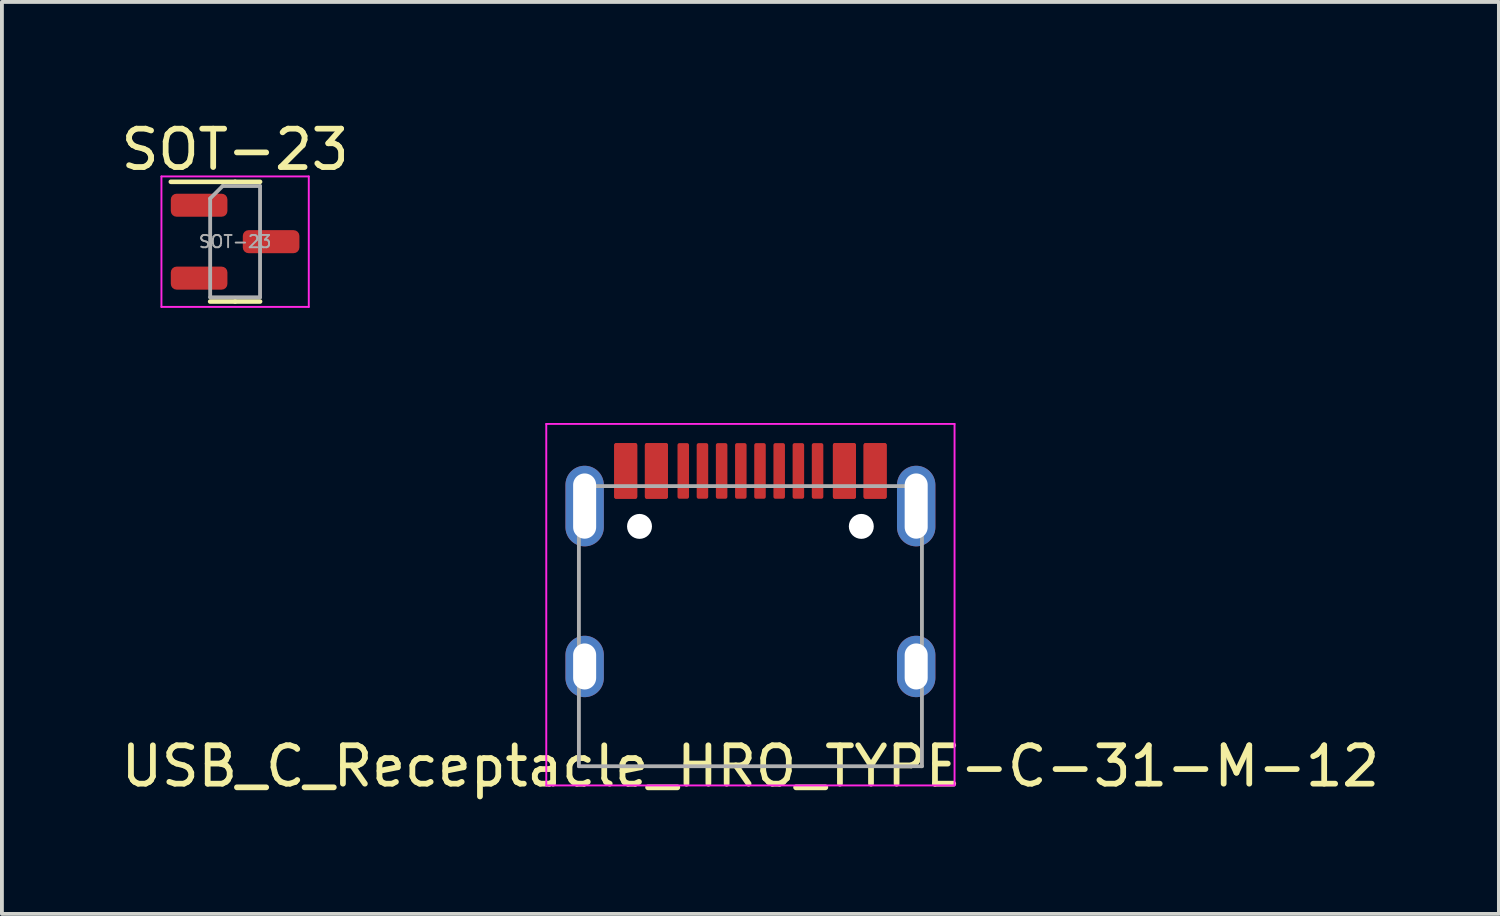
<source format=kicad_pcb>
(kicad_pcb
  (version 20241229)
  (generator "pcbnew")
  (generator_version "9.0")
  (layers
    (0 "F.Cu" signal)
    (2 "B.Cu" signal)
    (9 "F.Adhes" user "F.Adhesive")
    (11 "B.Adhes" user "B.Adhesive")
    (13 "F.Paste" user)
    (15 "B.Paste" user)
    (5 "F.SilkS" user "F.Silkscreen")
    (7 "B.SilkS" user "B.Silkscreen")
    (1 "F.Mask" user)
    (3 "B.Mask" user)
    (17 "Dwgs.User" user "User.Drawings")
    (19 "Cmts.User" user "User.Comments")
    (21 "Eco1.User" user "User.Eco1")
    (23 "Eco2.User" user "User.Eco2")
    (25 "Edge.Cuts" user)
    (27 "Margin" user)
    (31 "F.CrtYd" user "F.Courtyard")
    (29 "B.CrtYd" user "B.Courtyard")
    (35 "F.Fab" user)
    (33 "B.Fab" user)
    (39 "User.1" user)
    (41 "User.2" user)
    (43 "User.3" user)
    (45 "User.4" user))
  (footprint "USB_C_Receptacle_HRO_TYPE-C-31-M-12"
    (layer "F.Cu")
    (at 16.506 13.268)
    (property "Reference" "USB_C_Receptacle_HRO_TYPE-C-31-M-12" (at 0 3.65 180) (layer "F.SilkS") (effects (font (size 1 1) (thickness 0.15))))
    (attr smd)
    (fp_line (start -5.32 -5.27) (end -5.32 4.15) (stroke (width 0.05) (type solid)) (layer "F.CrtYd"))
    (fp_line (start -5.32 -5.27) (end 5.32 -5.27) (stroke (width 0.05) (type solid)) (layer "F.CrtYd"))
    (fp_line (start -5.32 4.15) (end 5.32 4.15) (stroke (width 0.05) (type solid)) (layer "F.CrtYd"))
    (fp_line (start 5.32 -5.27) (end 5.32 4.15) (stroke (width 0.05) (type solid)) (layer "F.CrtYd"))
    (fp_line (start -4.47 -3.65) (end -4.47 3.65) (stroke (width 0.1) (type solid)) (layer "F.Fab"))
    (fp_line (start -4.47 -3.65) (end 4.47 -3.65) (stroke (width 0.1) (type solid)) (layer "F.Fab"))
    (fp_line (start -4.47 3.65) (end 4.47 3.65) (stroke (width 0.1) (type solid)) (layer "F.Fab"))
    (fp_line (start 4.47 -3.65) (end 4.47 3.65) (stroke (width 0.1) (type solid)) (layer "F.Fab"))
    (pad "" np_thru_hole circle (at -2.89 -2.6) (size 0.65 0.65) (drill 0.65) (layers "*.Cu" "*.Mask"))
    (pad "" np_thru_hole circle (at 2.89 -2.6) (size 0.65 0.65) (drill 0.65) (layers "*.Cu" "*.Mask"))
    (pad "A1" smd roundrect (at -3.25 -4.045) (size 0.6 1.45) (layers "F.Cu" "F.Mask" "F.Paste") (roundrect_rratio 0.083))
    (pad "A4" smd roundrect (at -2.45 -4.045) (size 0.6 1.45) (layers "F.Cu" "F.Mask" "F.Paste") (roundrect_rratio 0.083))
    (pad "A5" smd roundrect (at -1.25 -4.045) (size 0.3 1.45) (layers "F.Cu" "F.Mask" "F.Paste") (roundrect_rratio 0.167))
    (pad "A6" smd roundrect (at -0.25 -4.045) (size 0.3 1.45) (layers "F.Cu" "F.Mask" "F.Paste") (roundrect_rratio 0.167))
    (pad "A7" smd roundrect (at 0.25 -4.045) (size 0.3 1.45) (layers "F.Cu" "F.Mask" "F.Paste") (roundrect_rratio 0.167))
    (pad "A8" smd roundrect (at 1.25 -4.045) (size 0.3 1.45) (layers "F.Cu" "F.Mask" "F.Paste") (roundrect_rratio 0.167))
    (pad "A9" smd roundrect (at 2.45 -4.045) (size 0.6 1.45) (layers "F.Cu" "F.Mask" "F.Paste") (roundrect_rratio 0.083))
    (pad "A12" smd roundrect (at 3.25 -4.045) (size 0.6 1.45) (layers "F.Cu" "F.Mask" "F.Paste") (roundrect_rratio 0.083))
    (pad "B1" smd roundrect (at 3.25 -4.045) (size 0.6 1.45) (layers "F.Cu" "F.Mask" "F.Paste") (roundrect_rratio 0.083))
    (pad "B4" smd roundrect (at 2.45 -4.045) (size 0.6 1.45) (layers "F.Cu" "F.Mask" "F.Paste") (roundrect_rratio 0.083))
    (pad "B5" smd roundrect (at 1.75 -4.045) (size 0.3 1.45) (layers "F.Cu" "F.Mask" "F.Paste") (roundrect_rratio 0.167))
    (pad "B6" smd roundrect (at 0.75 -4.045) (size 0.3 1.45) (layers "F.Cu" "F.Mask" "F.Paste") (roundrect_rratio 0.167))
    (pad "B7" smd roundrect (at -0.75 -4.045) (size 0.3 1.45) (layers "F.Cu" "F.Mask" "F.Paste") (roundrect_rratio 0.167))
    (pad "B8" smd roundrect (at -1.75 -4.045) (size 0.3 1.45) (layers "F.Cu" "F.Mask" "F.Paste") (roundrect_rratio 0.167))
    (pad "B9" smd roundrect (at -2.45 -4.045) (size 0.6 1.45) (layers "F.Cu" "F.Mask" "F.Paste") (roundrect_rratio 0.083))
    (pad "B12" smd roundrect (at -3.25 -4.045) (size 0.6 1.45) (layers "F.Cu" "F.Mask" "F.Paste") (roundrect_rratio 0.083))
    (pad "S1" thru_hole oval (at -4.32 -3.13) (size 1 2.1) (drill oval 0.6 1.7) (layers "*.Cu" "*.Mask"))
    (pad "S1" thru_hole oval (at -4.32 1.05) (size 1 1.6) (drill oval 0.6 1.2) (layers "*.Cu" "*.Mask"))
    (pad "S1" thru_hole oval (at 4.32 -3.13) (size 1 2.1) (drill oval 0.6 1.7) (layers "*.Cu" "*.Mask"))
    (pad "S1" thru_hole oval (at 4.32 1.05) (size 1 1.6) (drill oval 0.6 1.2) (layers "*.Cu" "*.Mask")))
  (footprint "SOT-23"
    (layer "F.Cu")
    (at 3.077 3.248)
    (property "Reference" "SOT-23" (at 0 -2.4 0) (layer "F.SilkS") (effects (font (size 1 1) (thickness 0.15))))
    (attr smd)
    (fp_line (start 0 -1.56) (end -1.675 -1.56) (stroke (width 0.12) (type solid)) (layer "F.SilkS"))
    (fp_line (start 0 -1.56) (end 0.65 -1.56) (stroke (width 0.12) (type solid)) (layer "F.SilkS"))
    (fp_line (start 0 1.56) (end -0.65 1.56) (stroke (width 0.12) (type solid)) (layer "F.SilkS"))
    (fp_line (start 0 1.56) (end 0.65 1.56) (stroke (width 0.12) (type solid)) (layer "F.SilkS"))
    (fp_line (start -1.92 -1.7) (end -1.92 1.7) (stroke (width 0.05) (type solid)) (layer "F.CrtYd"))
    (fp_line (start -1.92 1.7) (end 1.92 1.7) (stroke (width 0.05) (type solid)) (layer "F.CrtYd"))
    (fp_line (start 1.92 -1.7) (end -1.92 -1.7) (stroke (width 0.05) (type solid)) (layer "F.CrtYd"))
    (fp_line (start 1.92 1.7) (end 1.92 -1.7) (stroke (width 0.05) (type solid)) (layer "F.CrtYd"))
    (fp_line (start -0.65 -1.125) (end -0.325 -1.45) (stroke (width 0.1) (type solid)) (layer "F.Fab"))
    (fp_line (start -0.65 1.45) (end -0.65 -1.125) (stroke (width 0.1) (type solid)) (layer "F.Fab"))
    (fp_line (start -0.325 -1.45) (end 0.65 -1.45) (stroke (width 0.1) (type solid)) (layer "F.Fab"))
    (fp_line (start 0.65 -1.45) (end 0.65 1.45) (stroke (width 0.1) (type solid)) (layer "F.Fab"))
    (fp_line (start 0.65 1.45) (end -0.65 1.45) (stroke (width 0.1) (type solid)) (layer "F.Fab"))
    (fp_text user "${REFERENCE}" (at 0 0 0) (layer "F.Fab") (effects (font (size 0.32 0.32) (thickness 0.05))))
    (pad "1" smd roundrect (at -0.938 -0.95) (size 1.475 0.6) (layers "F.Cu" "F.Mask" "F.Paste") (roundrect_rratio 0.25))
    (pad "2" smd roundrect (at -0.938 0.95) (size 1.475 0.6) (layers "F.Cu" "F.Mask" "F.Paste") (roundrect_rratio 0.25))
    (pad "3" smd roundrect (at 0.938 0) (size 1.475 0.6) (layers "F.Cu" "F.Mask" "F.Paste") (roundrect_rratio 0.25)))
  (gr_rect
    (start -3 -3)
    (end 36.012 20.767)
    (stroke (width 0.1) (type default))
    (fill no)
    (layer "Edge.Cuts")))
</source>
